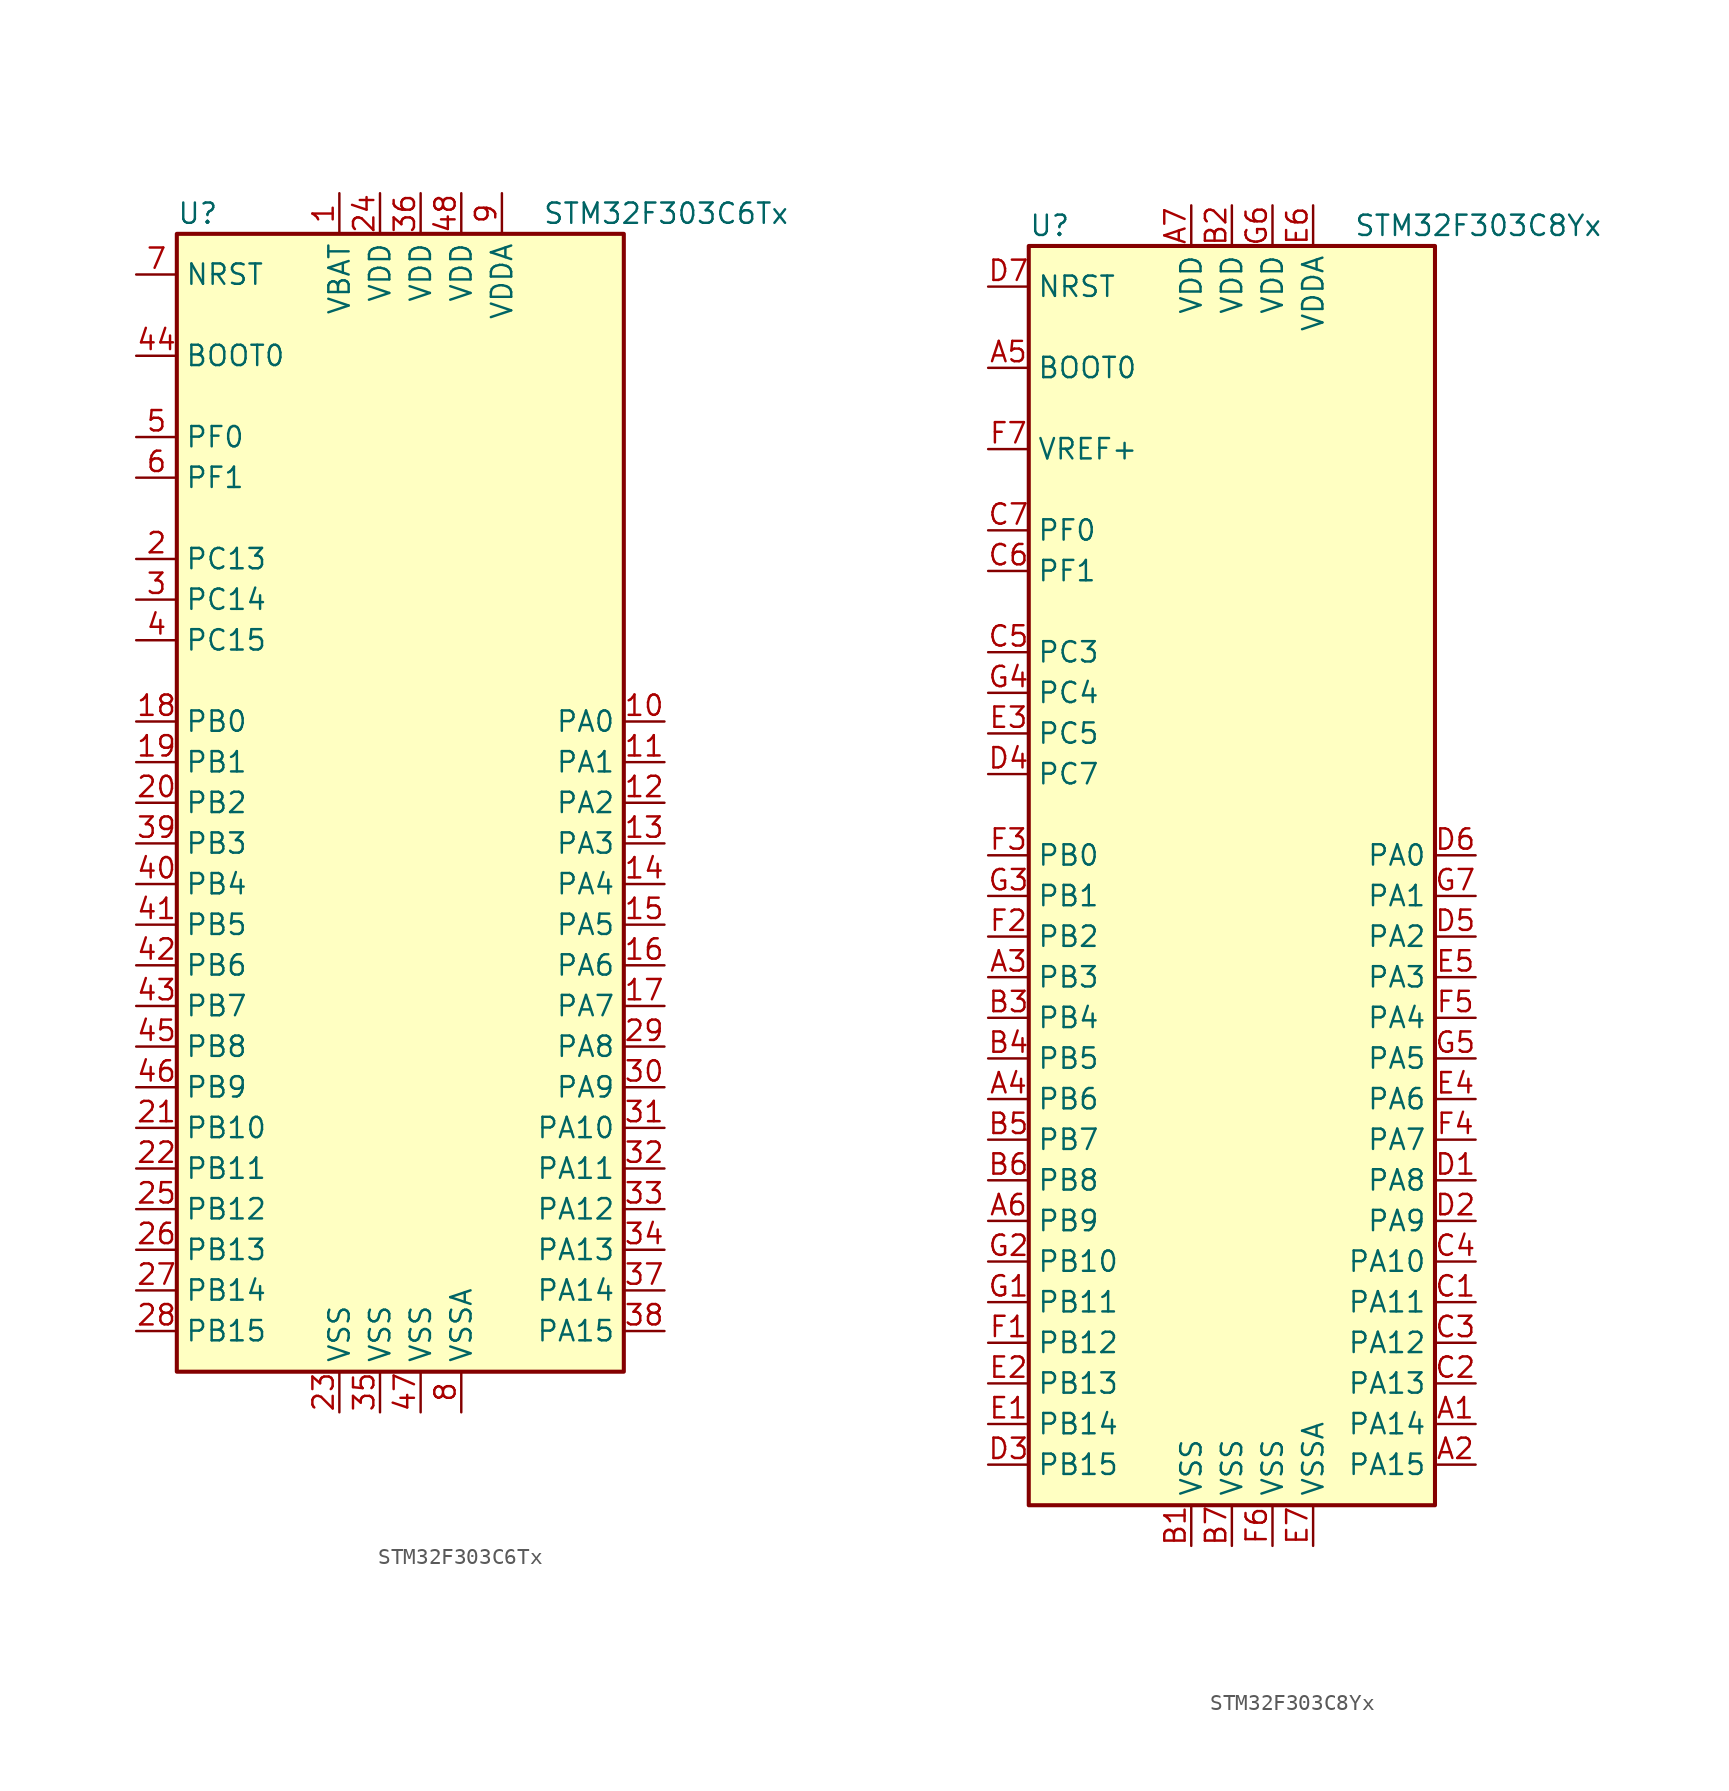
<source format=kicad_sym>
(kicad_symbol_lib
  (version 20201005)
  (generator kicad_symbol_editor)
  (symbol "STM32F303C6Tx"
    (property "Reference" "U"
      (at -15.24 36.83 0)
      (effects (font (size 1.27 1.27)) (justify left)))
    (property "Value" "STM32F303C6Tx"
      (at 7.62 36.83 0)
      (effects (font (size 1.27 1.27)) (justify left)))
    (symbol "STM32F303C6Tx_0_1"
      (rectangle (start -15.24 -35.56) (end 12.7 35.56) (stroke (width 0.254)) (fill (type background))))
    (symbol "STM32F303C6Tx_1_1"
      (pin power_in line (at -5.08 38.1 270) (length 2.54) (name "VBAT" (effects (font (size 1.27 1.27)))) (number "1" (effects (font (size 1.27 1.27)))))
      (pin bidirectional line (at 15.24 5.08 180) (length 2.54) (name "PA0" (effects (font (size 1.27 1.27)))) (number "10" (effects (font (size 1.27 1.27)))))
      (pin bidirectional line (at 15.24 2.54 180) (length 2.54) (name "PA1" (effects (font (size 1.27 1.27)))) (number "11" (effects (font (size 1.27 1.27)))))
      (pin bidirectional line (at 15.24 0 180) (length 2.54) (name "PA2" (effects (font (size 1.27 1.27)))) (number "12" (effects (font (size 1.27 1.27)))))
      (pin bidirectional line (at 15.24 -2.54 180) (length 2.54) (name "PA3" (effects (font (size 1.27 1.27)))) (number "13" (effects (font (size 1.27 1.27)))))
      (pin bidirectional line (at 15.24 -5.08 180) (length 2.54) (name "PA4" (effects (font (size 1.27 1.27)))) (number "14" (effects (font (size 1.27 1.27)))))
      (pin bidirectional line (at 15.24 -7.62 180) (length 2.54) (name "PA5" (effects (font (size 1.27 1.27)))) (number "15" (effects (font (size 1.27 1.27)))))
      (pin bidirectional line (at 15.24 -10.16 180) (length 2.54) (name "PA6" (effects (font (size 1.27 1.27)))) (number "16" (effects (font (size 1.27 1.27)))))
      (pin bidirectional line (at 15.24 -12.7 180) (length 2.54) (name "PA7" (effects (font (size 1.27 1.27)))) (number "17" (effects (font (size 1.27 1.27)))))
      (pin bidirectional line (at -17.78 5.08 0) (length 2.54) (name "PB0" (effects (font (size 1.27 1.27)))) (number "18" (effects (font (size 1.27 1.27)))))
      (pin bidirectional line (at -17.78 2.54 0) (length 2.54) (name "PB1" (effects (font (size 1.27 1.27)))) (number "19" (effects (font (size 1.27 1.27)))))
      (pin bidirectional line (at -17.78 15.24 0) (length 2.54) (name "PC13" (effects (font (size 1.27 1.27)))) (number "2" (effects (font (size 1.27 1.27)))))
      (pin bidirectional line (at -17.78 0 0) (length 2.54) (name "PB2" (effects (font (size 1.27 1.27)))) (number "20" (effects (font (size 1.27 1.27)))))
      (pin bidirectional line (at -17.78 -20.32 0) (length 2.54) (name "PB10" (effects (font (size 1.27 1.27)))) (number "21" (effects (font (size 1.27 1.27)))))
      (pin bidirectional line (at -17.78 -22.86 0) (length 2.54) (name "PB11" (effects (font (size 1.27 1.27)))) (number "22" (effects (font (size 1.27 1.27)))))
      (pin power_in line (at -5.08 -38.1 90) (length 2.54) (name "VSS" (effects (font (size 1.27 1.27)))) (number "23" (effects (font (size 1.27 1.27)))))
      (pin power_in line (at -2.54 38.1 270) (length 2.54) (name "VDD" (effects (font (size 1.27 1.27)))) (number "24" (effects (font (size 1.27 1.27)))))
      (pin bidirectional line (at -17.78 -25.4 0) (length 2.54) (name "PB12" (effects (font (size 1.27 1.27)))) (number "25" (effects (font (size 1.27 1.27)))))
      (pin bidirectional line (at -17.78 -27.94 0) (length 2.54) (name "PB13" (effects (font (size 1.27 1.27)))) (number "26" (effects (font (size 1.27 1.27)))))
      (pin bidirectional line (at -17.78 -30.48 0) (length 2.54) (name "PB14" (effects (font (size 1.27 1.27)))) (number "27" (effects (font (size 1.27 1.27)))))
      (pin bidirectional line (at -17.78 -33.02 0) (length 2.54) (name "PB15" (effects (font (size 1.27 1.27)))) (number "28" (effects (font (size 1.27 1.27)))))
      (pin bidirectional line (at 15.24 -15.24 180) (length 2.54) (name "PA8" (effects (font (size 1.27 1.27)))) (number "29" (effects (font (size 1.27 1.27)))))
      (pin bidirectional line (at -17.78 12.7 0) (length 2.54) (name "PC14" (effects (font (size 1.27 1.27)))) (number "3" (effects (font (size 1.27 1.27)))))
      (pin bidirectional line (at 15.24 -17.78 180) (length 2.54) (name "PA9" (effects (font (size 1.27 1.27)))) (number "30" (effects (font (size 1.27 1.27)))))
      (pin bidirectional line (at 15.24 -20.32 180) (length 2.54) (name "PA10" (effects (font (size 1.27 1.27)))) (number "31" (effects (font (size 1.27 1.27)))))
      (pin bidirectional line (at 15.24 -22.86 180) (length 2.54) (name "PA11" (effects (font (size 1.27 1.27)))) (number "32" (effects (font (size 1.27 1.27)))))
      (pin bidirectional line (at 15.24 -25.4 180) (length 2.54) (name "PA12" (effects (font (size 1.27 1.27)))) (number "33" (effects (font (size 1.27 1.27)))))
      (pin bidirectional line (at 15.24 -27.94 180) (length 2.54) (name "PA13" (effects (font (size 1.27 1.27)))) (number "34" (effects (font (size 1.27 1.27)))))
      (pin power_in line (at -2.54 -38.1 90) (length 2.54) (name "VSS" (effects (font (size 1.27 1.27)))) (number "35" (effects (font (size 1.27 1.27)))))
      (pin power_in line (at 0 38.1 270) (length 2.54) (name "VDD" (effects (font (size 1.27 1.27)))) (number "36" (effects (font (size 1.27 1.27)))))
      (pin bidirectional line (at 15.24 -30.48 180) (length 2.54) (name "PA14" (effects (font (size 1.27 1.27)))) (number "37" (effects (font (size 1.27 1.27)))))
      (pin bidirectional line (at 15.24 -33.02 180) (length 2.54) (name "PA15" (effects (font (size 1.27 1.27)))) (number "38" (effects (font (size 1.27 1.27)))))
      (pin bidirectional line (at -17.78 -2.54 0) (length 2.54) (name "PB3" (effects (font (size 1.27 1.27)))) (number "39" (effects (font (size 1.27 1.27)))))
      (pin bidirectional line (at -17.78 10.16 0) (length 2.54) (name "PC15" (effects (font (size 1.27 1.27)))) (number "4" (effects (font (size 1.27 1.27)))))
      (pin bidirectional line (at -17.78 -5.08 0) (length 2.54) (name "PB4" (effects (font (size 1.27 1.27)))) (number "40" (effects (font (size 1.27 1.27)))))
      (pin bidirectional line (at -17.78 -7.62 0) (length 2.54) (name "PB5" (effects (font (size 1.27 1.27)))) (number "41" (effects (font (size 1.27 1.27)))))
      (pin bidirectional line (at -17.78 -10.16 0) (length 2.54) (name "PB6" (effects (font (size 1.27 1.27)))) (number "42" (effects (font (size 1.27 1.27)))))
      (pin bidirectional line (at -17.78 -12.7 0) (length 2.54) (name "PB7" (effects (font (size 1.27 1.27)))) (number "43" (effects (font (size 1.27 1.27)))))
      (pin input line (at -17.78 27.94 0) (length 2.54) (name "BOOT0" (effects (font (size 1.27 1.27)))) (number "44" (effects (font (size 1.27 1.27)))))
      (pin bidirectional line (at -17.78 -15.24 0) (length 2.54) (name "PB8" (effects (font (size 1.27 1.27)))) (number "45" (effects (font (size 1.27 1.27)))))
      (pin bidirectional line (at -17.78 -17.78 0) (length 2.54) (name "PB9" (effects (font (size 1.27 1.27)))) (number "46" (effects (font (size 1.27 1.27)))))
      (pin power_in line (at 0 -38.1 90) (length 2.54) (name "VSS" (effects (font (size 1.27 1.27)))) (number "47" (effects (font (size 1.27 1.27)))))
      (pin power_in line (at 2.54 38.1 270) (length 2.54) (name "VDD" (effects (font (size 1.27 1.27)))) (number "48" (effects (font (size 1.27 1.27)))))
      (pin input line (at -17.78 22.86 0) (length 2.54) (name "PF0" (effects (font (size 1.27 1.27)))) (number "5" (effects (font (size 1.27 1.27)))))
      (pin input line (at -17.78 20.32 0) (length 2.54) (name "PF1" (effects (font (size 1.27 1.27)))) (number "6" (effects (font (size 1.27 1.27)))))
      (pin input line (at -17.78 33.02 0) (length 2.54) (name "NRST" (effects (font (size 1.27 1.27)))) (number "7" (effects (font (size 1.27 1.27)))))
      (pin power_in line (at 2.54 -38.1 90) (length 2.54) (name "VSSA" (effects (font (size 1.27 1.27)))) (number "8" (effects (font (size 1.27 1.27)))))
      (pin power_in line (at 5.08 38.1 270) (length 2.54) (name "VDDA" (effects (font (size 1.27 1.27)))) (number "9" (effects (font (size 1.27 1.27)))))))
  (symbol "STM32F303C8Yx"
    (property "Reference" "U"
      (at -12.7 39.37 0)
      (effects (font (size 1.27 1.27)) (justify left)))
    (property "Value" "STM32F303C8Yx"
      (at 7.62 39.37 0)
      (effects (font (size 1.27 1.27)) (justify left)))
    (symbol "STM32F303C8Yx_0_1"
      (rectangle (start -12.7 -40.64) (end 12.7 38.1) (stroke (width 0.254)) (fill (type background))))
    (symbol "STM32F303C8Yx_1_1"
      (pin bidirectional line (at 15.24 -35.56 180) (length 2.54) (name "PA14" (effects (font (size 1.27 1.27)))) (number "A1" (effects (font (size 1.27 1.27)))))
      (pin bidirectional line (at 15.24 -38.1 180) (length 2.54) (name "PA15" (effects (font (size 1.27 1.27)))) (number "A2" (effects (font (size 1.27 1.27)))))
      (pin bidirectional line (at -15.24 -7.62 0) (length 2.54) (name "PB3" (effects (font (size 1.27 1.27)))) (number "A3" (effects (font (size 1.27 1.27)))))
      (pin bidirectional line (at -15.24 -15.24 0) (length 2.54) (name "PB6" (effects (font (size 1.27 1.27)))) (number "A4" (effects (font (size 1.27 1.27)))))
      (pin input line (at -15.24 30.48 0) (length 2.54) (name "BOOT0" (effects (font (size 1.27 1.27)))) (number "A5" (effects (font (size 1.27 1.27)))))
      (pin bidirectional line (at -15.24 -22.86 0) (length 2.54) (name "PB9" (effects (font (size 1.27 1.27)))) (number "A6" (effects (font (size 1.27 1.27)))))
      (pin power_in line (at -2.54 40.64 270) (length 2.54) (name "VDD" (effects (font (size 1.27 1.27)))) (number "A7" (effects (font (size 1.27 1.27)))))
      (pin power_in line (at -2.54 -43.18 90) (length 2.54) (name "VSS" (effects (font (size 1.27 1.27)))) (number "B1" (effects (font (size 1.27 1.27)))))
      (pin power_in line (at 0 40.64 270) (length 2.54) (name "VDD" (effects (font (size 1.27 1.27)))) (number "B2" (effects (font (size 1.27 1.27)))))
      (pin bidirectional line (at -15.24 -10.16 0) (length 2.54) (name "PB4" (effects (font (size 1.27 1.27)))) (number "B3" (effects (font (size 1.27 1.27)))))
      (pin bidirectional line (at -15.24 -12.7 0) (length 2.54) (name "PB5" (effects (font (size 1.27 1.27)))) (number "B4" (effects (font (size 1.27 1.27)))))
      (pin bidirectional line (at -15.24 -17.78 0) (length 2.54) (name "PB7" (effects (font (size 1.27 1.27)))) (number "B5" (effects (font (size 1.27 1.27)))))
      (pin bidirectional line (at -15.24 -20.32 0) (length 2.54) (name "PB8" (effects (font (size 1.27 1.27)))) (number "B6" (effects (font (size 1.27 1.27)))))
      (pin power_in line (at 0 -43.18 90) (length 2.54) (name "VSS" (effects (font (size 1.27 1.27)))) (number "B7" (effects (font (size 1.27 1.27)))))
      (pin bidirectional line (at 15.24 -27.94 180) (length 2.54) (name "PA11" (effects (font (size 1.27 1.27)))) (number "C1" (effects (font (size 1.27 1.27)))))
      (pin bidirectional line (at 15.24 -33.02 180) (length 2.54) (name "PA13" (effects (font (size 1.27 1.27)))) (number "C2" (effects (font (size 1.27 1.27)))))
      (pin bidirectional line (at 15.24 -30.48 180) (length 2.54) (name "PA12" (effects (font (size 1.27 1.27)))) (number "C3" (effects (font (size 1.27 1.27)))))
      (pin bidirectional line (at 15.24 -25.4 180) (length 2.54) (name "PA10" (effects (font (size 1.27 1.27)))) (number "C4" (effects (font (size 1.27 1.27)))))
      (pin bidirectional line (at -15.24 12.7 0) (length 2.54) (name "PC3" (effects (font (size 1.27 1.27)))) (number "C5" (effects (font (size 1.27 1.27)))))
      (pin input line (at -15.24 17.78 0) (length 2.54) (name "PF1" (effects (font (size 1.27 1.27)))) (number "C6" (effects (font (size 1.27 1.27)))))
      (pin input line (at -15.24 20.32 0) (length 2.54) (name "PF0" (effects (font (size 1.27 1.27)))) (number "C7" (effects (font (size 1.27 1.27)))))
      (pin bidirectional line (at 15.24 -20.32 180) (length 2.54) (name "PA8" (effects (font (size 1.27 1.27)))) (number "D1" (effects (font (size 1.27 1.27)))))
      (pin bidirectional line (at 15.24 -22.86 180) (length 2.54) (name "PA9" (effects (font (size 1.27 1.27)))) (number "D2" (effects (font (size 1.27 1.27)))))
      (pin bidirectional line (at -15.24 -38.1 0) (length 2.54) (name "PB15" (effects (font (size 1.27 1.27)))) (number "D3" (effects (font (size 1.27 1.27)))))
      (pin bidirectional line (at -15.24 5.08 0) (length 2.54) (name "PC7" (effects (font (size 1.27 1.27)))) (number "D4" (effects (font (size 1.27 1.27)))))
      (pin bidirectional line (at 15.24 -5.08 180) (length 2.54) (name "PA2" (effects (font (size 1.27 1.27)))) (number "D5" (effects (font (size 1.27 1.27)))))
      (pin bidirectional line (at 15.24 0 180) (length 2.54) (name "PA0" (effects (font (size 1.27 1.27)))) (number "D6" (effects (font (size 1.27 1.27)))))
      (pin input line (at -15.24 35.56 0) (length 2.54) (name "NRST" (effects (font (size 1.27 1.27)))) (number "D7" (effects (font (size 1.27 1.27)))))
      (pin bidirectional line (at -15.24 -35.56 0) (length 2.54) (name "PB14" (effects (font (size 1.27 1.27)))) (number "E1" (effects (font (size 1.27 1.27)))))
      (pin bidirectional line (at -15.24 -33.02 0) (length 2.54) (name "PB13" (effects (font (size 1.27 1.27)))) (number "E2" (effects (font (size 1.27 1.27)))))
      (pin bidirectional line (at -15.24 7.62 0) (length 2.54) (name "PC5" (effects (font (size 1.27 1.27)))) (number "E3" (effects (font (size 1.27 1.27)))))
      (pin bidirectional line (at 15.24 -15.24 180) (length 2.54) (name "PA6" (effects (font (size 1.27 1.27)))) (number "E4" (effects (font (size 1.27 1.27)))))
      (pin bidirectional line (at 15.24 -7.62 180) (length 2.54) (name "PA3" (effects (font (size 1.27 1.27)))) (number "E5" (effects (font (size 1.27 1.27)))))
      (pin power_in line (at 5.08 40.64 270) (length 2.54) (name "VDDA" (effects (font (size 1.27 1.27)))) (number "E6" (effects (font (size 1.27 1.27)))))
      (pin power_in line (at 5.08 -43.18 90) (length 2.54) (name "VSSA" (effects (font (size 1.27 1.27)))) (number "E7" (effects (font (size 1.27 1.27)))))
      (pin bidirectional line (at -15.24 -30.48 0) (length 2.54) (name "PB12" (effects (font (size 1.27 1.27)))) (number "F1" (effects (font (size 1.27 1.27)))))
      (pin bidirectional line (at -15.24 -5.08 0) (length 2.54) (name "PB2" (effects (font (size 1.27 1.27)))) (number "F2" (effects (font (size 1.27 1.27)))))
      (pin bidirectional line (at -15.24 0 0) (length 2.54) (name "PB0" (effects (font (size 1.27 1.27)))) (number "F3" (effects (font (size 1.27 1.27)))))
      (pin bidirectional line (at 15.24 -17.78 180) (length 2.54) (name "PA7" (effects (font (size 1.27 1.27)))) (number "F4" (effects (font (size 1.27 1.27)))))
      (pin bidirectional line (at 15.24 -10.16 180) (length 2.54) (name "PA4" (effects (font (size 1.27 1.27)))) (number "F5" (effects (font (size 1.27 1.27)))))
      (pin power_in line (at 2.54 -43.18 90) (length 2.54) (name "VSS" (effects (font (size 1.27 1.27)))) (number "F6" (effects (font (size 1.27 1.27)))))
      (pin power_in line (at -15.24 25.4 0) (length 2.54) (name "VREF+" (effects (font (size 1.27 1.27)))) (number "F7" (effects (font (size 1.27 1.27)))))
      (pin bidirectional line (at -15.24 -27.94 0) (length 2.54) (name "PB11" (effects (font (size 1.27 1.27)))) (number "G1" (effects (font (size 1.27 1.27)))))
      (pin bidirectional line (at -15.24 -25.4 0) (length 2.54) (name "PB10" (effects (font (size 1.27 1.27)))) (number "G2" (effects (font (size 1.27 1.27)))))
      (pin bidirectional line (at -15.24 -2.54 0) (length 2.54) (name "PB1" (effects (font (size 1.27 1.27)))) (number "G3" (effects (font (size 1.27 1.27)))))
      (pin bidirectional line (at -15.24 10.16 0) (length 2.54) (name "PC4" (effects (font (size 1.27 1.27)))) (number "G4" (effects (font (size 1.27 1.27)))))
      (pin bidirectional line (at 15.24 -12.7 180) (length 2.54) (name "PA5" (effects (font (size 1.27 1.27)))) (number "G5" (effects (font (size 1.27 1.27)))))
      (pin power_in line (at 2.54 40.64 270) (length 2.54) (name "VDD" (effects (font (size 1.27 1.27)))) (number "G6" (effects (font (size 1.27 1.27)))))
      (pin bidirectional line (at 15.24 -2.54 180) (length 2.54) (name "PA1" (effects (font (size 1.27 1.27)))) (number "G7" (effects (font (size 1.27 1.27))))))))
</source>
